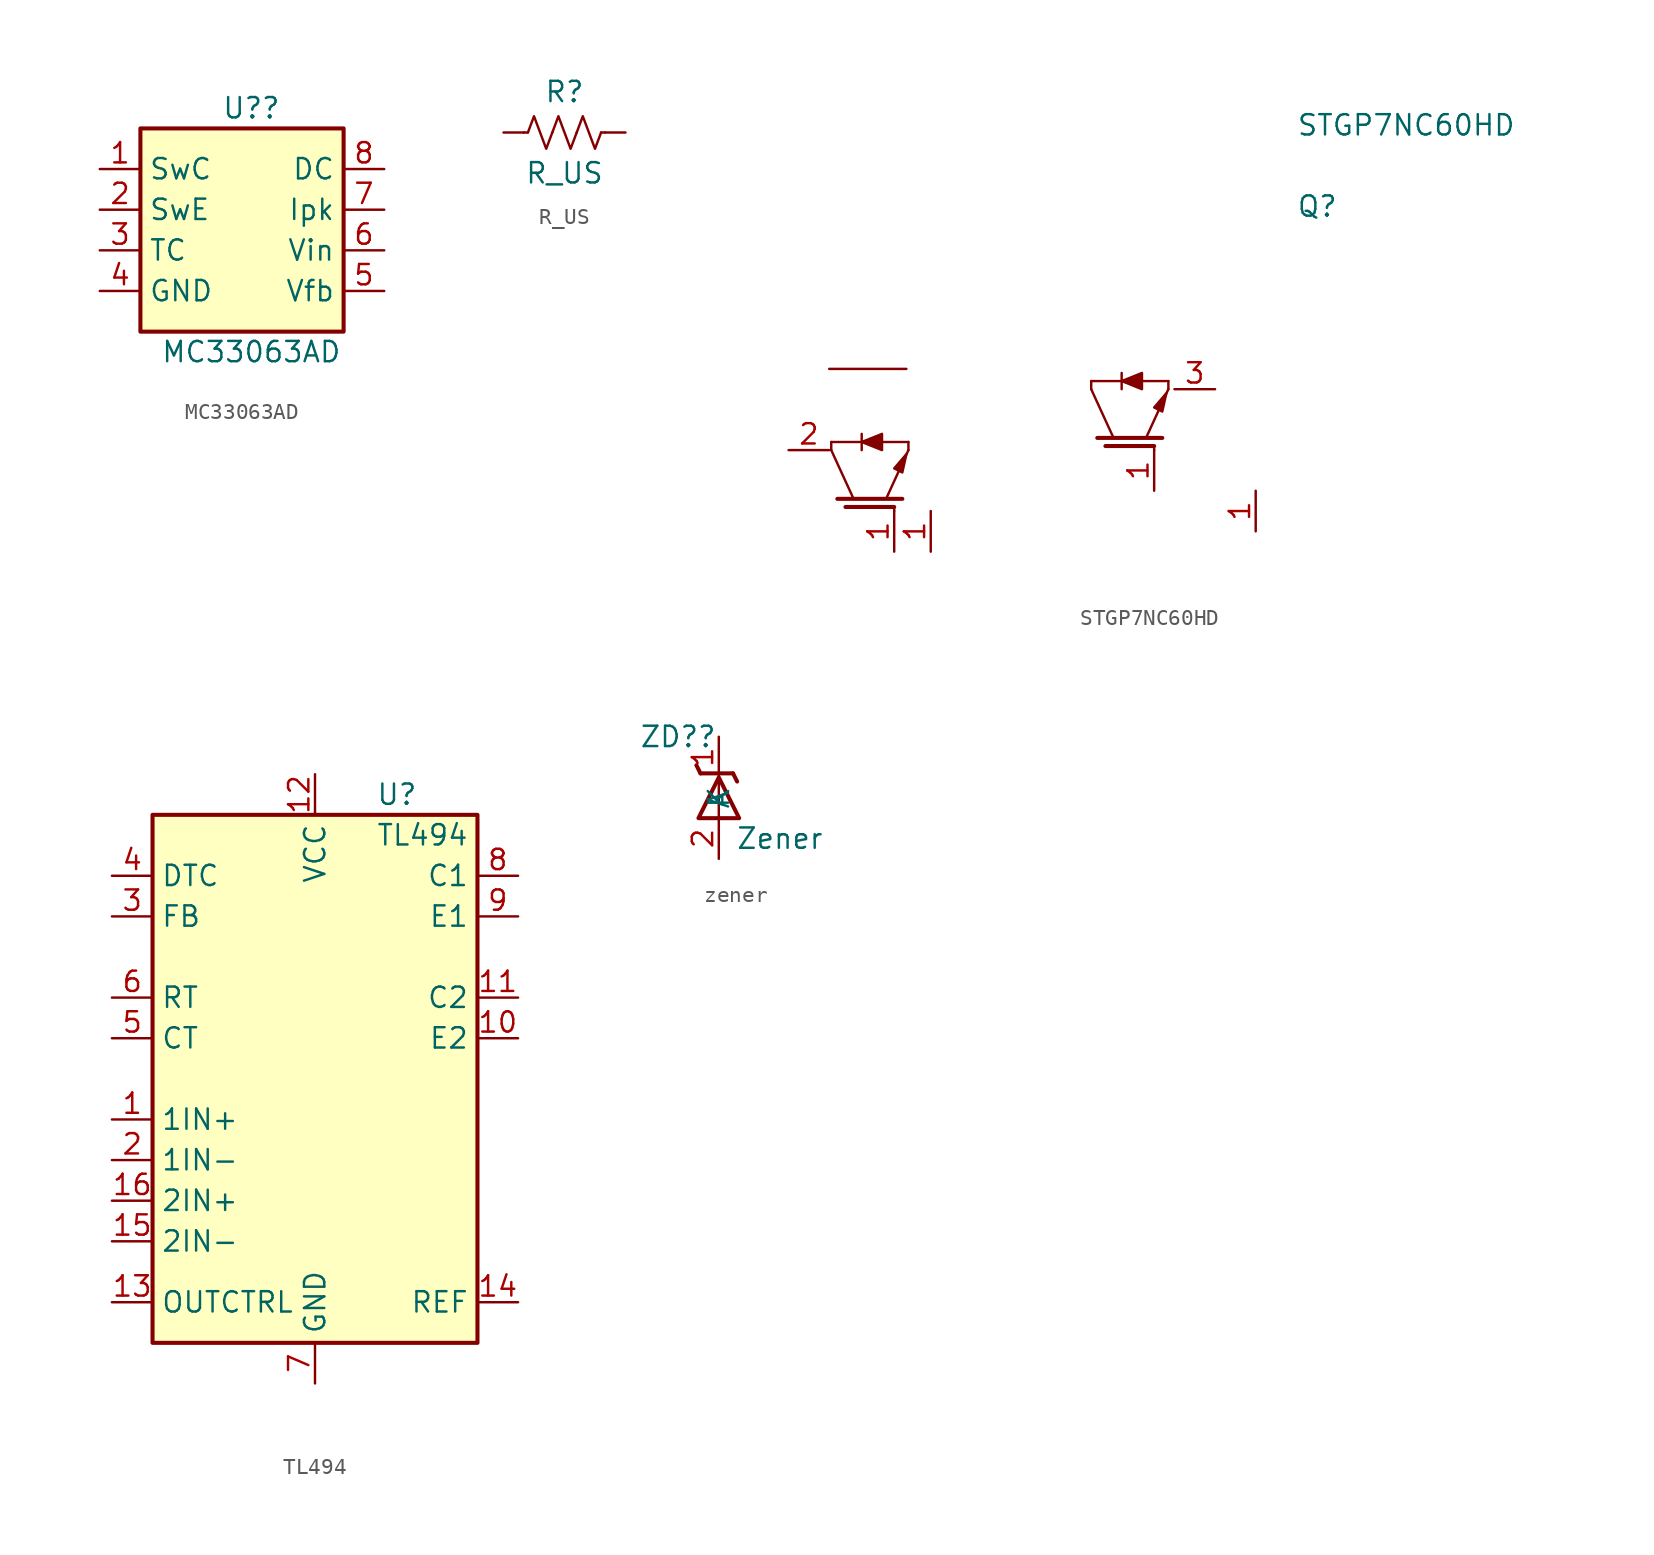
<source format=kicad_sym>
(kicad_symbol_lib
  (version 20220914)
  (generator kicad_symbol_editor)
  (symbol "MC33063AD"
    (property "Reference" "U?"
      (at -1.27 7.62 0)
      (effects (font (size 1.27 1.27)) (justify left)))
    (property "Value" "MC33063AD"
      (at -5.08 -7.62 0)
      (effects (font (size 1.27 1.27)) (justify left)))
    (symbol "MC33063AD_0_1"
      (rectangle (start -6.35 6.35) (end 6.35 -6.35) (stroke (width 0.254) (type default)) (fill (type background))))
    (symbol "MC33063AD_1_1"
      (pin open_collector line (at -8.89 3.81 0) (length 2.54) (name "SwC" (effects (font (size 1.27 1.27)))) (number "1" (effects (font (size 1.27 1.27)))))
      (pin open_emitter line (at -8.89 1.27 0) (length 2.54) (name "SwE" (effects (font (size 1.27 1.27)))) (number "2" (effects (font (size 1.27 1.27)))))
      (pin passive line (at -8.89 -1.27 0) (length 2.54) (name "TC" (effects (font (size 1.27 1.27)))) (number "3" (effects (font (size 1.27 1.27)))))
      (pin power_in line (at -8.89 -3.81 0) (length 2.54) (name "GND" (effects (font (size 1.27 1.27)))) (number "4" (effects (font (size 1.27 1.27)))))
      (pin input line (at 8.89 -3.81 180) (length 2.54) (name "Vfb" (effects (font (size 1.27 1.27)))) (number "5" (effects (font (size 1.27 1.27)))))
      (pin power_in line (at 8.89 -1.27 180) (length 2.54) (name "Vin" (effects (font (size 1.27 1.27)))) (number "6" (effects (font (size 1.27 1.27)))))
      (pin input line (at 8.89 1.27 180) (length 2.54) (name "Ipk" (effects (font (size 1.27 1.27)))) (number "7" (effects (font (size 1.27 1.27)))))
      (pin open_collector line (at 8.89 3.81 180) (length 2.54) (name "DC" (effects (font (size 1.27 1.27)))) (number "8" (effects (font (size 1.27 1.27)))))))
  (symbol "R_US"
    (pin_numbers hide)
    (pin_names
      (offset 0))
    (property "Reference" "R"
      (at 3.81 2.54 0)
      (effects (font (size 1.27 1.27))))
    (property "Value" "R_US"
      (at 3.81 -2.54 0)
      (effects (font (size 1.27 1.27))))
    (symbol "R_US_0_1"
      (polyline (pts (xy 1.524 0) (xy 1.27 0)) (stroke (width 0) (type default)) (fill (type none)))
      (polyline (pts (xy 6.096 0) (xy 6.35 0)) (stroke (width 0) (type default)) (fill (type none)))
      (polyline (pts (xy 3.048 0) (xy 2.667 -1.016) (xy 2.286 0) (xy 1.905 1.016) (xy 1.524 0)) (stroke (width 0) (type default)) (fill (type none)))
      (polyline (pts (xy 4.572 0) (xy 4.191 -1.016) (xy 3.81 0) (xy 3.429 1.016) (xy 3.048 0)) (stroke (width 0) (type default)) (fill (type none)))
      (polyline (pts (xy 6.096 0) (xy 5.715 -1.016) (xy 5.334 0) (xy 4.953 1.016) (xy 4.572 0)) (stroke (width 0) (type default)) (fill (type none))))
    (symbol "R_US_1_1"
      (pin passive line (at 7.62 0 180) (length 1.27) (name "~" (effects (font (size 1.27 1.27)))) (number "1" (effects (font (size 1.27 1.27)))))
      (pin passive line (at 0 0 0) (length 1.27) (name "~" (effects (font (size 1.27 1.27)))) (number "2" (effects (font (size 1.27 1.27)))))))
  (symbol "STGP7NC60HD"
    (pin_names
      (offset 0) hide)
    (property "Reference" "Q"
      (at 13.97 5.08 0)
      (effects (font (size 1.27 1.27)) (justify left)))
    (property "Value" "STGP7NC60HD"
      (at 13.97 10.16 0)
      (effects (font (size 1.27 1.27)) (justify left)))
    (symbol "STGP7NC60HD_0_1"
      (polyline (pts (xy -15.24 -5.08) (xy -10.414 -5.08)) (stroke (width 0) (type default)) (fill (type none)))
      (polyline (pts (xy -15.113 -10.16) (xy -15.113 -9.652)) (stroke (width 0) (type default)) (fill (type none)))
      (polyline (pts (xy -15.113 -9.652) (xy -10.287 -9.652)) (stroke (width 0) (type default)) (fill (type none)))
      (polyline (pts (xy -13.208 -10.16) (xy -13.208 -9.144)) (stroke (width 0) (type default)) (fill (type none)))
      (polyline (pts (xy -11.176 -13.97) (xy -11.176 -13.716)) (stroke (width 0) (type default)) (fill (type none)))
      (polyline (pts (xy -10.287 -10.16) (xy -10.287 -9.652)) (stroke (width 0) (type default)) (fill (type none)))
      (polyline (pts (xy 1.143 -6.35) (xy 1.143 -5.842)) (stroke (width 0) (type default)) (fill (type none)))
      (polyline (pts (xy 1.143 -5.842) (xy 5.969 -5.842)) (stroke (width 0) (type default)) (fill (type none)))
      (polyline (pts (xy 3.048 -6.35) (xy 3.048 -5.334)) (stroke (width 0) (type default)) (fill (type none)))
      (polyline (pts (xy 5.08 -10.16) (xy 5.08 -9.906)) (stroke (width 0) (type default)) (fill (type none)))
      (polyline (pts (xy 5.969 -6.35) (xy 5.969 -5.842)) (stroke (width 0) (type default)) (fill (type none)))
      (polyline (pts (xy -13.208 -9.652) (xy -11.938 -10.16) (xy -11.938 -9.144) (xy -13.208 -9.652)) (stroke (width 0) (type default)) (fill (type outline)))
      (polyline (pts (xy 3.048 -5.842) (xy 4.318 -6.35) (xy 4.318 -5.334) (xy 3.048 -5.842)) (stroke (width 0) (type default)) (fill (type outline))))
    (symbol "STGP7NC60HD_1_1"
      (polyline (pts (xy -15.113 -10.16) (xy -13.716 -13.208)) (stroke (width 0) (type default)) (fill (type none)))
      (polyline (pts (xy -14.732 -13.208) (xy -10.668 -13.208)) (stroke (width 0.254) (type default)) (fill (type none)))
      (polyline (pts (xy -10.287 -10.16) (xy -11.684 -13.208)) (stroke (width 0) (type default)) (fill (type none)))
      (polyline (pts (xy 1.143 -6.35) (xy 2.54 -9.398)) (stroke (width 0) (type default)) (fill (type none)))
      (polyline (pts (xy 1.524 -9.398) (xy 5.588 -9.398)) (stroke (width 0.254) (type default)) (fill (type none)))
      (polyline (pts (xy 5.969 -6.35) (xy 4.572 -9.398)) (stroke (width 0) (type default)) (fill (type none)))
      (polyline (pts (xy -14.224 -13.716) (xy -11.176 -13.716) (xy -11.176 -13.716)) (stroke (width 0.254) (type default)) (fill (type none)))
      (polyline (pts (xy 2.032 -9.906) (xy 5.08 -9.906) (xy 5.08 -9.906)) (stroke (width 0.254) (type default)) (fill (type none)))
      (polyline (pts (xy -10.668 -11.557) (xy -11.176 -11.303) (xy -10.414 -10.414) (xy -10.668 -11.557)) (stroke (width 0) (type default)) (fill (type outline)))
      (polyline (pts (xy 5.588 -7.747) (xy 5.08 -7.493) (xy 5.842 -6.604) (xy 5.588 -7.747)) (stroke (width 0) (type default)) (fill (type outline)))
      (pin input line (at -11.176 -16.51 90) (length 2.54) (name "G" (effects (font (size 1.27 1.27)))) (number "1" (effects (font (size 1.27 1.27)))))
      (pin input line (at -8.89 -16.51 90) (length 2.54) (name "G" (effects (font (size 1.27 1.27)))) (number "1" (effects (font (size 1.27 1.27)))))
      (pin input line (at 5.08 -12.7 90) (length 2.54) (name "G" (effects (font (size 1.27 1.27)))) (number "1" (effects (font (size 1.27 1.27)))))
      (pin input line (at 11.43 -15.24 90) (length 2.54) (name "G" (effects (font (size 1.27 1.27)))) (number "1" (effects (font (size 1.27 1.27)))))
      (pin passive line (at -17.78 -10.16 0) (length 2.54) (name "C" (effects (font (size 1.27 1.27)))) (number "2" (effects (font (size 1.27 1.27)))))
      (pin passive line (at 8.89 -6.35 180) (length 2.54) (name "E" (effects (font (size 1.27 1.27)))) (number "3" (effects (font (size 1.27 1.27)))))))
  (symbol "TL494"
    (property "Reference" "U"
      (at 3.81 17.78 0)
      (effects (font (size 1.27 1.27)) (justify left)))
    (property "Value" "TL494"
      (at 3.81 15.24 0)
      (effects (font (size 1.27 1.27)) (justify left)))
    (symbol "TL494_0_1"
      (rectangle (start -10.16 16.51) (end 10.16 -16.51) (stroke (width 0.254) (type default)) (fill (type background))))
    (symbol "TL494_1_1"
      (pin input line (at -12.7 -2.54 0) (length 2.54) (name "1IN+" (effects (font (size 1.27 1.27)))) (number "1" (effects (font (size 1.27 1.27)))))
      (pin passive line (at 12.7 2.54 180) (length 2.54) (name "E2" (effects (font (size 1.27 1.27)))) (number "10" (effects (font (size 1.27 1.27)))))
      (pin passive line (at 12.7 5.08 180) (length 2.54) (name "C2" (effects (font (size 1.27 1.27)))) (number "11" (effects (font (size 1.27 1.27)))))
      (pin power_in line (at 0 19.05 270) (length 2.54) (name "VCC" (effects (font (size 1.27 1.27)))) (number "12" (effects (font (size 1.27 1.27)))))
      (pin input line (at -12.7 -13.97 0) (length 2.54) (name "OUTCTRL" (effects (font (size 1.27 1.27)))) (number "13" (effects (font (size 1.27 1.27)))))
      (pin power_out line (at 12.7 -13.97 180) (length 2.54) (name "REF" (effects (font (size 1.27 1.27)))) (number "14" (effects (font (size 1.27 1.27)))))
      (pin input line (at -12.7 -10.16 0) (length 2.54) (name "2IN-" (effects (font (size 1.27 1.27)))) (number "15" (effects (font (size 1.27 1.27)))))
      (pin input line (at -12.7 -7.62 0) (length 2.54) (name "2IN+" (effects (font (size 1.27 1.27)))) (number "16" (effects (font (size 1.27 1.27)))))
      (pin input line (at -12.7 -5.08 0) (length 2.54) (name "1IN-" (effects (font (size 1.27 1.27)))) (number "2" (effects (font (size 1.27 1.27)))))
      (pin output line (at -12.7 10.16 0) (length 2.54) (name "FB" (effects (font (size 1.27 1.27)))) (number "3" (effects (font (size 1.27 1.27)))))
      (pin input line (at -12.7 12.7 0) (length 2.54) (name "DTC" (effects (font (size 1.27 1.27)))) (number "4" (effects (font (size 1.27 1.27)))))
      (pin passive line (at -12.7 2.54 0) (length 2.54) (name "CT" (effects (font (size 1.27 1.27)))) (number "5" (effects (font (size 1.27 1.27)))))
      (pin passive line (at -12.7 5.08 0) (length 2.54) (name "RT" (effects (font (size 1.27 1.27)))) (number "6" (effects (font (size 1.27 1.27)))))
      (pin power_in line (at 0 -19.05 90) (length 2.54) (name "GND" (effects (font (size 1.27 1.27)))) (number "7" (effects (font (size 1.27 1.27)))))
      (pin passive line (at 12.7 12.7 180) (length 2.54) (name "C1" (effects (font (size 1.27 1.27)))) (number "8" (effects (font (size 1.27 1.27)))))
      (pin passive line (at 12.7 10.16 180) (length 2.54) (name "E1" (effects (font (size 1.27 1.27)))) (number "9" (effects (font (size 1.27 1.27)))))))
  (symbol "zener"
    (property "Reference" "ZD?"
      (at -2.54 3.81 0)
      (effects (font (size 1.27 1.27))))
    (property "Value" "Zener"
      (at 3.81 -2.54 0)
      (effects (font (size 1.27 1.27))))
    (symbol "zener_0_1"
      (polyline (pts (xy 0 -1.27) (xy 0 1.27)) (stroke (width 0) (type default)) (fill (type none)))
      (polyline (pts (xy -1.27 -1.27) (xy 1.27 -1.27) (xy 0 1.27) (xy -1.27 -1.27)) (stroke (width 0.254) (type default)) (fill (type none))))
    (symbol "zener_1_0"
      (polyline (pts (xy -1.143 1.524) (xy -1.397 2.032)) (stroke (width 0.254) (type default)) (fill (type none)))
      (polyline (pts (xy -1.143 1.524) (xy 0.889 1.524)) (stroke (width 0.254) (type default)) (fill (type none)))
      (polyline (pts (xy 0.889 1.524) (xy 1.143 1.016)) (stroke (width 0.254) (type default)) (fill (type none))))
    (symbol "zener_1_1"
      (pin passive line (at 0 3.81 270) (length 2.54) (name "K" (effects (font (size 1.27 1.27)))) (number "1" (effects (font (size 1.27 1.27)))))
      (pin passive line (at 0 -3.81 90) (length 2.54) (name "A" (effects (font (size 1.27 1.27)))) (number "2" (effects (font (size 1.27 1.27))))))))
</source>
